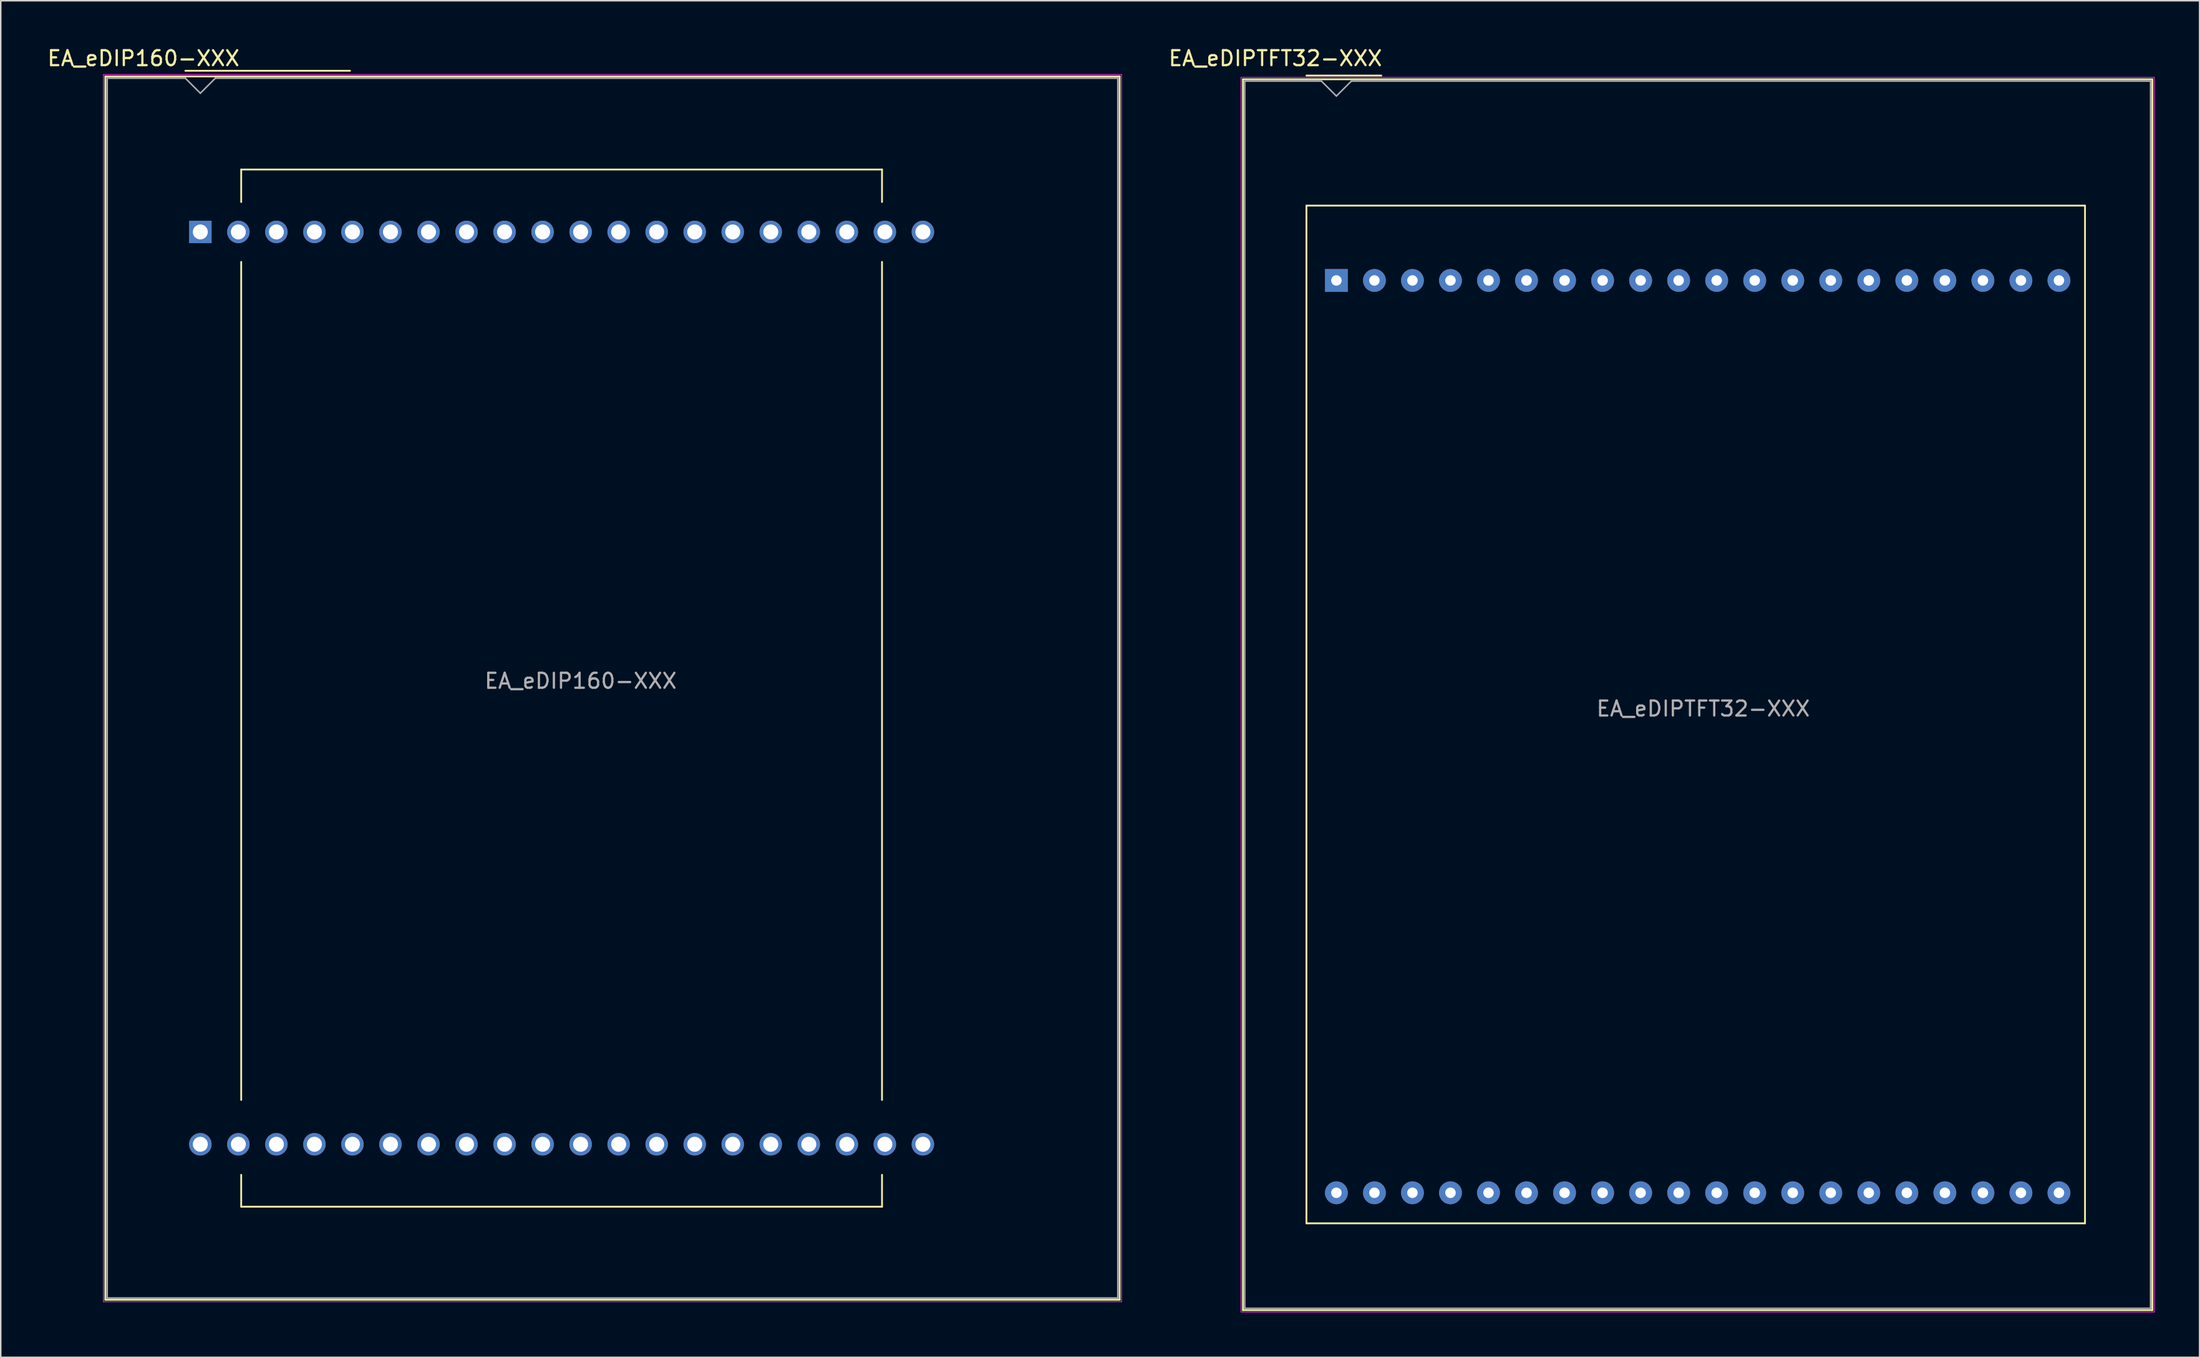
<source format=kicad_pcb>
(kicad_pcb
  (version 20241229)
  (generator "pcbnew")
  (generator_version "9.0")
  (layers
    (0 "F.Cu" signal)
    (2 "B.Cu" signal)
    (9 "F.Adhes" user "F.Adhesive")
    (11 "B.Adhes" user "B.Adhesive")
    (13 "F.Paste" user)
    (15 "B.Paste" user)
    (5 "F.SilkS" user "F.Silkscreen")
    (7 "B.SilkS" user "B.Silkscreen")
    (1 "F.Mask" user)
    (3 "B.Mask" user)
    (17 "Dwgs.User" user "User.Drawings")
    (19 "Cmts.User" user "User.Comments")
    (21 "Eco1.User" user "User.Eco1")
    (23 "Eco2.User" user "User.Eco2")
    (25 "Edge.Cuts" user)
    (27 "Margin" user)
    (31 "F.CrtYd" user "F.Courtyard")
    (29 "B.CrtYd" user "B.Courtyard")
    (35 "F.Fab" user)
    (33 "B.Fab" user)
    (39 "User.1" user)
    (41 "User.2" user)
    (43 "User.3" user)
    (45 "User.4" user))
  (footprint "EA_eDIPTFT32-XXX"
    (layer "F.Cu")
    (at 86.208 15.689)
    (property "Reference" "EA_eDIPTFT32-XXX" (at -4.079 -14.841 0) (layer "F.SilkS") (effects (font (size 1 1) (thickness 0.15))))
    (attr through_hole)
    (fp_line (start -6.24 -13.44) (end -6.24 68.8) (stroke (width 0.12) (type solid)) (layer "F.SilkS"))
    (fp_line (start -6.24 68.8) (end 54.5 68.8) (stroke (width 0.12) (type solid)) (layer "F.SilkS"))
    (fp_line (start -2 -5) (end -2 63) (stroke (width 0.12) (type solid)) (layer "F.SilkS"))
    (fp_line (start -2 63) (end 50 63) (stroke (width 0.12) (type solid)) (layer "F.SilkS"))
    (fp_line (start 3 -13.69) (end -2 -13.69) (stroke (width 0.12) (type solid)) (layer "F.SilkS"))
    (fp_line (start 50 -5) (end -2 -5) (stroke (width 0.12) (type solid)) (layer "F.SilkS"))
    (fp_line (start 50 63) (end 50 -5) (stroke (width 0.12) (type solid)) (layer "F.SilkS"))
    (fp_line (start 54.5 -13.44) (end -6.24 -13.44) (stroke (width 0.12) (type solid)) (layer "F.SilkS"))
    (fp_line (start 54.5 68.8) (end 54.5 -13.44) (stroke (width 0.12) (type solid)) (layer "F.SilkS"))
    (fp_line (start -6.37 -13.57) (end -6.37 68.93) (stroke (width 0.05) (type solid)) (layer "F.CrtYd"))
    (fp_line (start -6.37 68.93) (end 54.63 68.93) (stroke (width 0.05) (type solid)) (layer "F.CrtYd"))
    (fp_line (start 54.63 -13.57) (end -6.37 -13.57) (stroke (width 0.05) (type solid)) (layer "F.CrtYd"))
    (fp_line (start 54.63 68.93) (end 54.63 -13.57) (stroke (width 0.05) (type solid)) (layer "F.CrtYd"))
    (fp_line (start -6.12 -13.32) (end -6.12 68.68) (stroke (width 0.1) (type solid)) (layer "F.Fab"))
    (fp_line (start -6.12 68.68) (end 54.38 68.68) (stroke (width 0.1) (type solid)) (layer "F.Fab"))
    (fp_line (start -1 -13.32) (end -6.12 -13.32) (stroke (width 0.1) (type solid)) (layer "F.Fab"))
    (fp_line (start 0 -12.32) (end -1 -13.32) (stroke (width 0.1) (type solid)) (layer "F.Fab"))
    (fp_line (start 1 -13.32) (end 0 -12.32) (stroke (width 0.1) (type solid)) (layer "F.Fab"))
    (fp_line (start 54.38 -13.32) (end 1 -13.32) (stroke (width 0.1) (type solid)) (layer "F.Fab"))
    (fp_line (start 54.38 68.68) (end 54.38 -13.32) (stroke (width 0.1) (type solid)) (layer "F.Fab"))
    (fp_text user "${REFERENCE}" (at 24.498 28.613 0) (layer "F.Fab") (effects (font (size 1 1) (thickness 0.15))))
    (pad "1" thru_hole rect (at 0 0) (size 1.524 1.524) (drill 0.7) (layers "*.Cu" "*.Mask"))
    (pad "2" thru_hole circle (at 2.54 0 90) (size 1.524 1.524) (drill 0.7) (layers "*.Cu" "*.Mask"))
    (pad "3" thru_hole circle (at 5.08 0 90) (size 1.524 1.524) (drill 0.7) (layers "*.Cu" "*.Mask"))
    (pad "4" thru_hole circle (at 7.62 0 90) (size 1.524 1.524) (drill 0.7) (layers "*.Cu" "*.Mask"))
    (pad "5" thru_hole circle (at 10.16 0 90) (size 1.524 1.524) (drill 0.7) (layers "*.Cu" "*.Mask"))
    (pad "6" thru_hole circle (at 12.7 0 90) (size 1.524 1.524) (drill 0.7) (layers "*.Cu" "*.Mask"))
    (pad "7" thru_hole circle (at 15.24 0 90) (size 1.524 1.524) (drill 0.7) (layers "*.Cu" "*.Mask"))
    (pad "8" thru_hole circle (at 17.78 0 90) (size 1.524 1.524) (drill 0.7) (layers "*.Cu" "*.Mask"))
    (pad "9" thru_hole circle (at 20.32 0 90) (size 1.524 1.524) (drill 0.7) (layers "*.Cu" "*.Mask"))
    (pad "10" thru_hole circle (at 22.86 0 90) (size 1.524 1.524) (drill 0.7) (layers "*.Cu" "*.Mask"))
    (pad "11" thru_hole circle (at 25.4 0 90) (size 1.524 1.524) (drill 0.7) (layers "*.Cu" "*.Mask"))
    (pad "12" thru_hole circle (at 27.94 0 90) (size 1.524 1.524) (drill 0.7) (layers "*.Cu" "*.Mask"))
    (pad "13" thru_hole circle (at 30.48 0 90) (size 1.524 1.524) (drill 0.7) (layers "*.Cu" "*.Mask"))
    (pad "14" thru_hole circle (at 33.02 0 90) (size 1.524 1.524) (drill 0.7) (layers "*.Cu" "*.Mask"))
    (pad "15" thru_hole circle (at 35.56 0 90) (size 1.524 1.524) (drill 0.7) (layers "*.Cu" "*.Mask"))
    (pad "16" thru_hole circle (at 38.1 0 90) (size 1.524 1.524) (drill 0.7) (layers "*.Cu" "*.Mask"))
    (pad "17" thru_hole circle (at 40.64 0 90) (size 1.524 1.524) (drill 0.7) (layers "*.Cu" "*.Mask"))
    (pad "18" thru_hole circle (at 43.18 0 90) (size 1.524 1.524) (drill 0.7) (layers "*.Cu" "*.Mask"))
    (pad "19" thru_hole circle (at 45.72 0 90) (size 1.524 1.524) (drill 0.7) (layers "*.Cu" "*.Mask"))
    (pad "20" thru_hole circle (at 48.26 0 90) (size 1.524 1.524) (drill 0.7) (layers "*.Cu" "*.Mask"))
    (pad "21" thru_hole circle (at 48.26 60.96 90) (size 1.524 1.524) (drill 0.7) (layers "*.Cu" "*.Mask"))
    (pad "22" thru_hole circle (at 45.72 60.96 90) (size 1.524 1.524) (drill 0.7) (layers "*.Cu" "*.Mask"))
    (pad "23" thru_hole circle (at 43.18 60.96 90) (size 1.524 1.524) (drill 0.7) (layers "*.Cu" "*.Mask"))
    (pad "24" thru_hole circle (at 40.64 60.96 90) (size 1.524 1.524) (drill 0.7) (layers "*.Cu" "*.Mask"))
    (pad "25" thru_hole circle (at 38.1 60.96 90) (size 1.524 1.524) (drill 0.7) (layers "*.Cu" "*.Mask"))
    (pad "26" thru_hole circle (at 35.56 60.96 90) (size 1.524 1.524) (drill 0.7) (layers "*.Cu" "*.Mask"))
    (pad "27" thru_hole circle (at 33.02 60.96 90) (size 1.524 1.524) (drill 0.7) (layers "*.Cu" "*.Mask"))
    (pad "28" thru_hole circle (at 30.48 60.96 90) (size 1.524 1.524) (drill 0.7) (layers "*.Cu" "*.Mask"))
    (pad "29" thru_hole circle (at 27.94 60.96 90) (size 1.524 1.524) (drill 0.7) (layers "*.Cu" "*.Mask"))
    (pad "30" thru_hole circle (at 25.4 60.96 90) (size 1.524 1.524) (drill 0.7) (layers "*.Cu" "*.Mask"))
    (pad "31" thru_hole circle (at 22.86 60.96 90) (size 1.524 1.524) (drill 0.7) (layers "*.Cu" "*.Mask"))
    (pad "32" thru_hole circle (at 20.32 60.96 90) (size 1.524 1.524) (drill 0.7) (layers "*.Cu" "*.Mask"))
    (pad "33" thru_hole circle (at 17.78 60.96 90) (size 1.524 1.524) (drill 0.7) (layers "*.Cu" "*.Mask"))
    (pad "34" thru_hole circle (at 15.24 60.96 90) (size 1.524 1.524) (drill 0.7) (layers "*.Cu" "*.Mask"))
    (pad "35" thru_hole circle (at 12.7 60.96 90) (size 1.524 1.524) (drill 0.7) (layers "*.Cu" "*.Mask"))
    (pad "36" thru_hole circle (at 10.16 60.96 90) (size 1.524 1.524) (drill 0.7) (layers "*.Cu" "*.Mask"))
    (pad "37" thru_hole circle (at 7.62 60.96 90) (size 1.524 1.524) (drill 0.7) (layers "*.Cu" "*.Mask"))
    (pad "38" thru_hole circle (at 5.08 60.96 90) (size 1.524 1.524) (drill 0.7) (layers "*.Cu" "*.Mask"))
    (pad "39" thru_hole circle (at 2.54 60.96 90) (size 1.524 1.524) (drill 0.7) (layers "*.Cu" "*.Mask"))
    (pad "40" thru_hole circle (at 0 60.96 90) (size 1.524 1.524) (drill 0.7) (layers "*.Cu" "*.Mask")))
  (footprint "EA_eDIP160-XXX"
    (layer "F.Cu")
    (at 10.33 12.448)
    (property "Reference" "EA_eDIP160-XXX" (at -3.8 -11.6 0) (layer "F.SilkS") (effects (font (size 1 1) (thickness 0.15))))
    (attr through_hole)
    (fp_line (start -6.34 -10.39) (end 61.4 -10.39) (stroke (width 0.12) (type solid)) (layer "F.SilkS"))
    (fp_line (start -6.34 71.35) (end -6.34 -10.39) (stroke (width 0.12) (type solid)) (layer "F.SilkS"))
    (fp_line (start -1 -10.77) (end 10 -10.77) (stroke (width 0.12) (type solid)) (layer "F.SilkS"))
    (fp_line (start 2.73 -4.17) (end 2.73 -2) (stroke (width 0.12) (type solid)) (layer "F.SilkS"))
    (fp_line (start 2.73 -4.17) (end 45.53 -4.17) (stroke (width 0.12) (type solid)) (layer "F.SilkS"))
    (fp_line (start 2.73 2) (end 2.73 58) (stroke (width 0.12) (type solid)) (layer "F.SilkS"))
    (fp_line (start 2.73 63) (end 2.73 65.13) (stroke (width 0.12) (type solid)) (layer "F.SilkS"))
    (fp_line (start 45.53 -4.175) (end 45.53 -2) (stroke (width 0.12) (type solid)) (layer "F.SilkS"))
    (fp_line (start 45.53 2) (end 45.53 58) (stroke (width 0.12) (type solid)) (layer "F.SilkS"))
    (fp_line (start 45.53 63) (end 45.53 65.13) (stroke (width 0.12) (type solid)) (layer "F.SilkS"))
    (fp_line (start 45.53 65.13) (end 2.73 65.13) (stroke (width 0.12) (type solid)) (layer "F.SilkS"))
    (fp_line (start 61.4 -10.39) (end 61.4 71.35) (stroke (width 0.12) (type solid)) (layer "F.SilkS"))
    (fp_line (start 61.4 71.35) (end -6.34 71.35) (stroke (width 0.12) (type solid)) (layer "F.SilkS"))
    (fp_line (start -6.47 -10.52) (end 61.53 -10.52) (stroke (width 0.05) (type solid)) (layer "F.CrtYd"))
    (fp_line (start -6.47 71.48) (end -6.47 -10.52) (stroke (width 0.05) (type solid)) (layer "F.CrtYd"))
    (fp_line (start 61.53 -10.52) (end 61.53 71.48) (stroke (width 0.05) (type solid)) (layer "F.CrtYd"))
    (fp_line (start 61.53 71.48) (end -6.47 71.48) (stroke (width 0.05) (type solid)) (layer "F.CrtYd"))
    (fp_line (start -6.22 71.23) (end -6.22 -10.27) (stroke (width 0.1) (type solid)) (layer "F.Fab"))
    (fp_line (start -1 -10.27) (end -6.22 -10.27) (stroke (width 0.1) (type solid)) (layer "F.Fab"))
    (fp_line (start -1 -10.27) (end 0 -9.27) (stroke (width 0.1) (type solid)) (layer "F.Fab"))
    (fp_line (start 0 -9.27) (end 1 -10.27) (stroke (width 0.1) (type solid)) (layer "F.Fab"))
    (fp_line (start 1 -10.27) (end 61.28 -10.27) (stroke (width 0.1) (type solid)) (layer "F.Fab"))
    (fp_line (start 61.28 -10.27) (end 61.28 71.23) (stroke (width 0.1) (type solid)) (layer "F.Fab"))
    (fp_line (start 61.28 71.23) (end -6.22 71.23) (stroke (width 0.1) (type solid)) (layer "F.Fab"))
    (fp_text user "${REFERENCE}" (at 25.4 30 0) (layer "F.Fab") (effects (font (size 1 1) (thickness 0.15))))
    (pad "1" thru_hole rect (at 0 0) (size 1.5 1.5) (drill 1) (layers "*.Cu" "*.Mask"))
    (pad "2" thru_hole circle (at 2.54 0) (size 1.5 1.5) (drill 1) (layers "*.Cu" "*.Mask"))
    (pad "3" thru_hole circle (at 5.08 0) (size 1.5 1.5) (drill 1) (layers "*.Cu" "*.Mask"))
    (pad "4" thru_hole circle (at 7.62 0) (size 1.5 1.5) (drill 1) (layers "*.Cu" "*.Mask"))
    (pad "5" thru_hole circle (at 10.16 0) (size 1.5 1.5) (drill 1) (layers "*.Cu" "*.Mask"))
    (pad "6" thru_hole circle (at 12.7 0) (size 1.5 1.5) (drill 1) (layers "*.Cu" "*.Mask"))
    (pad "7" thru_hole circle (at 15.24 0) (size 1.5 1.5) (drill 1) (layers "*.Cu" "*.Mask"))
    (pad "8" thru_hole circle (at 17.78 0) (size 1.5 1.5) (drill 1) (layers "*.Cu" "*.Mask"))
    (pad "9" thru_hole circle (at 20.32 0) (size 1.5 1.5) (drill 1) (layers "*.Cu" "*.Mask"))
    (pad "10" thru_hole circle (at 22.86 0) (size 1.5 1.5) (drill 1) (layers "*.Cu" "*.Mask"))
    (pad "11" thru_hole circle (at 25.4 0) (size 1.5 1.5) (drill 1) (layers "*.Cu" "*.Mask"))
    (pad "12" thru_hole circle (at 27.94 0) (size 1.5 1.5) (drill 1) (layers "*.Cu" "*.Mask"))
    (pad "13" thru_hole circle (at 30.48 0) (size 1.5 1.5) (drill 1) (layers "*.Cu" "*.Mask"))
    (pad "14" thru_hole circle (at 33.02 0) (size 1.5 1.5) (drill 1) (layers "*.Cu" "*.Mask"))
    (pad "15" thru_hole circle (at 35.56 0) (size 1.5 1.5) (drill 1) (layers "*.Cu" "*.Mask"))
    (pad "16" thru_hole circle (at 38.1 0) (size 1.5 1.5) (drill 1) (layers "*.Cu" "*.Mask"))
    (pad "17" thru_hole circle (at 40.64 0) (size 1.5 1.5) (drill 1) (layers "*.Cu" "*.Mask"))
    (pad "18" thru_hole circle (at 43.18 0) (size 1.5 1.5) (drill 1) (layers "*.Cu" "*.Mask"))
    (pad "19" thru_hole circle (at 45.72 0) (size 1.5 1.5) (drill 1) (layers "*.Cu" "*.Mask"))
    (pad "20" thru_hole circle (at 48.26 0) (size 1.5 1.5) (drill 1) (layers "*.Cu" "*.Mask"))
    (pad "21" thru_hole circle (at 48.26 60.96) (size 1.5 1.5) (drill 1) (layers "*.Cu" "*.Mask"))
    (pad "22" thru_hole circle (at 45.72 60.96) (size 1.5 1.5) (drill 1) (layers "*.Cu" "*.Mask"))
    (pad "23" thru_hole circle (at 43.18 60.96) (size 1.5 1.5) (drill 1) (layers "*.Cu" "*.Mask"))
    (pad "24" thru_hole circle (at 40.64 60.96) (size 1.5 1.5) (drill 1) (layers "*.Cu" "*.Mask"))
    (pad "25" thru_hole circle (at 38.1 60.96) (size 1.5 1.5) (drill 1) (layers "*.Cu" "*.Mask"))
    (pad "26" thru_hole circle (at 35.56 60.96) (size 1.5 1.5) (drill 1) (layers "*.Cu" "*.Mask"))
    (pad "27" thru_hole circle (at 33.02 60.96) (size 1.5 1.5) (drill 1) (layers "*.Cu" "*.Mask"))
    (pad "28" thru_hole circle (at 30.48 60.96) (size 1.5 1.5) (drill 1) (layers "*.Cu" "*.Mask"))
    (pad "29" thru_hole circle (at 27.94 60.96) (size 1.5 1.5) (drill 1) (layers "*.Cu" "*.Mask"))
    (pad "30" thru_hole circle (at 25.4 60.96) (size 1.5 1.5) (drill 1) (layers "*.Cu" "*.Mask"))
    (pad "31" thru_hole circle (at 22.86 60.96) (size 1.5 1.5) (drill 1) (layers "*.Cu" "*.Mask"))
    (pad "32" thru_hole circle (at 20.32 60.96) (size 1.5 1.5) (drill 1) (layers "*.Cu" "*.Mask"))
    (pad "33" thru_hole circle (at 17.78 60.96) (size 1.5 1.5) (drill 1) (layers "*.Cu" "*.Mask"))
    (pad "34" thru_hole circle (at 15.24 60.96) (size 1.5 1.5) (drill 1) (layers "*.Cu" "*.Mask"))
    (pad "35" thru_hole circle (at 12.7 60.96) (size 1.5 1.5) (drill 1) (layers "*.Cu" "*.Mask"))
    (pad "36" thru_hole circle (at 10.16 60.96) (size 1.5 1.5) (drill 1) (layers "*.Cu" "*.Mask"))
    (pad "37" thru_hole circle (at 7.62 60.96) (size 1.5 1.5) (drill 1) (layers "*.Cu" "*.Mask"))
    (pad "38" thru_hole circle (at 5.08 60.96) (size 1.5 1.5) (drill 1) (layers "*.Cu" "*.Mask"))
    (pad "39" thru_hole circle (at 2.54 60.96) (size 1.5 1.5) (drill 1) (layers "*.Cu" "*.Mask"))
    (pad "40" thru_hole circle (at 0 60.96) (size 1.5 1.5) (drill 1) (layers "*.Cu" "*.Mask")))
  (gr_rect
    (start -3 -3)
    (end 143.863 87.644)
    (stroke (width 0.1) (type default))
    (fill no)
    (layer "Edge.Cuts")))
</source>
